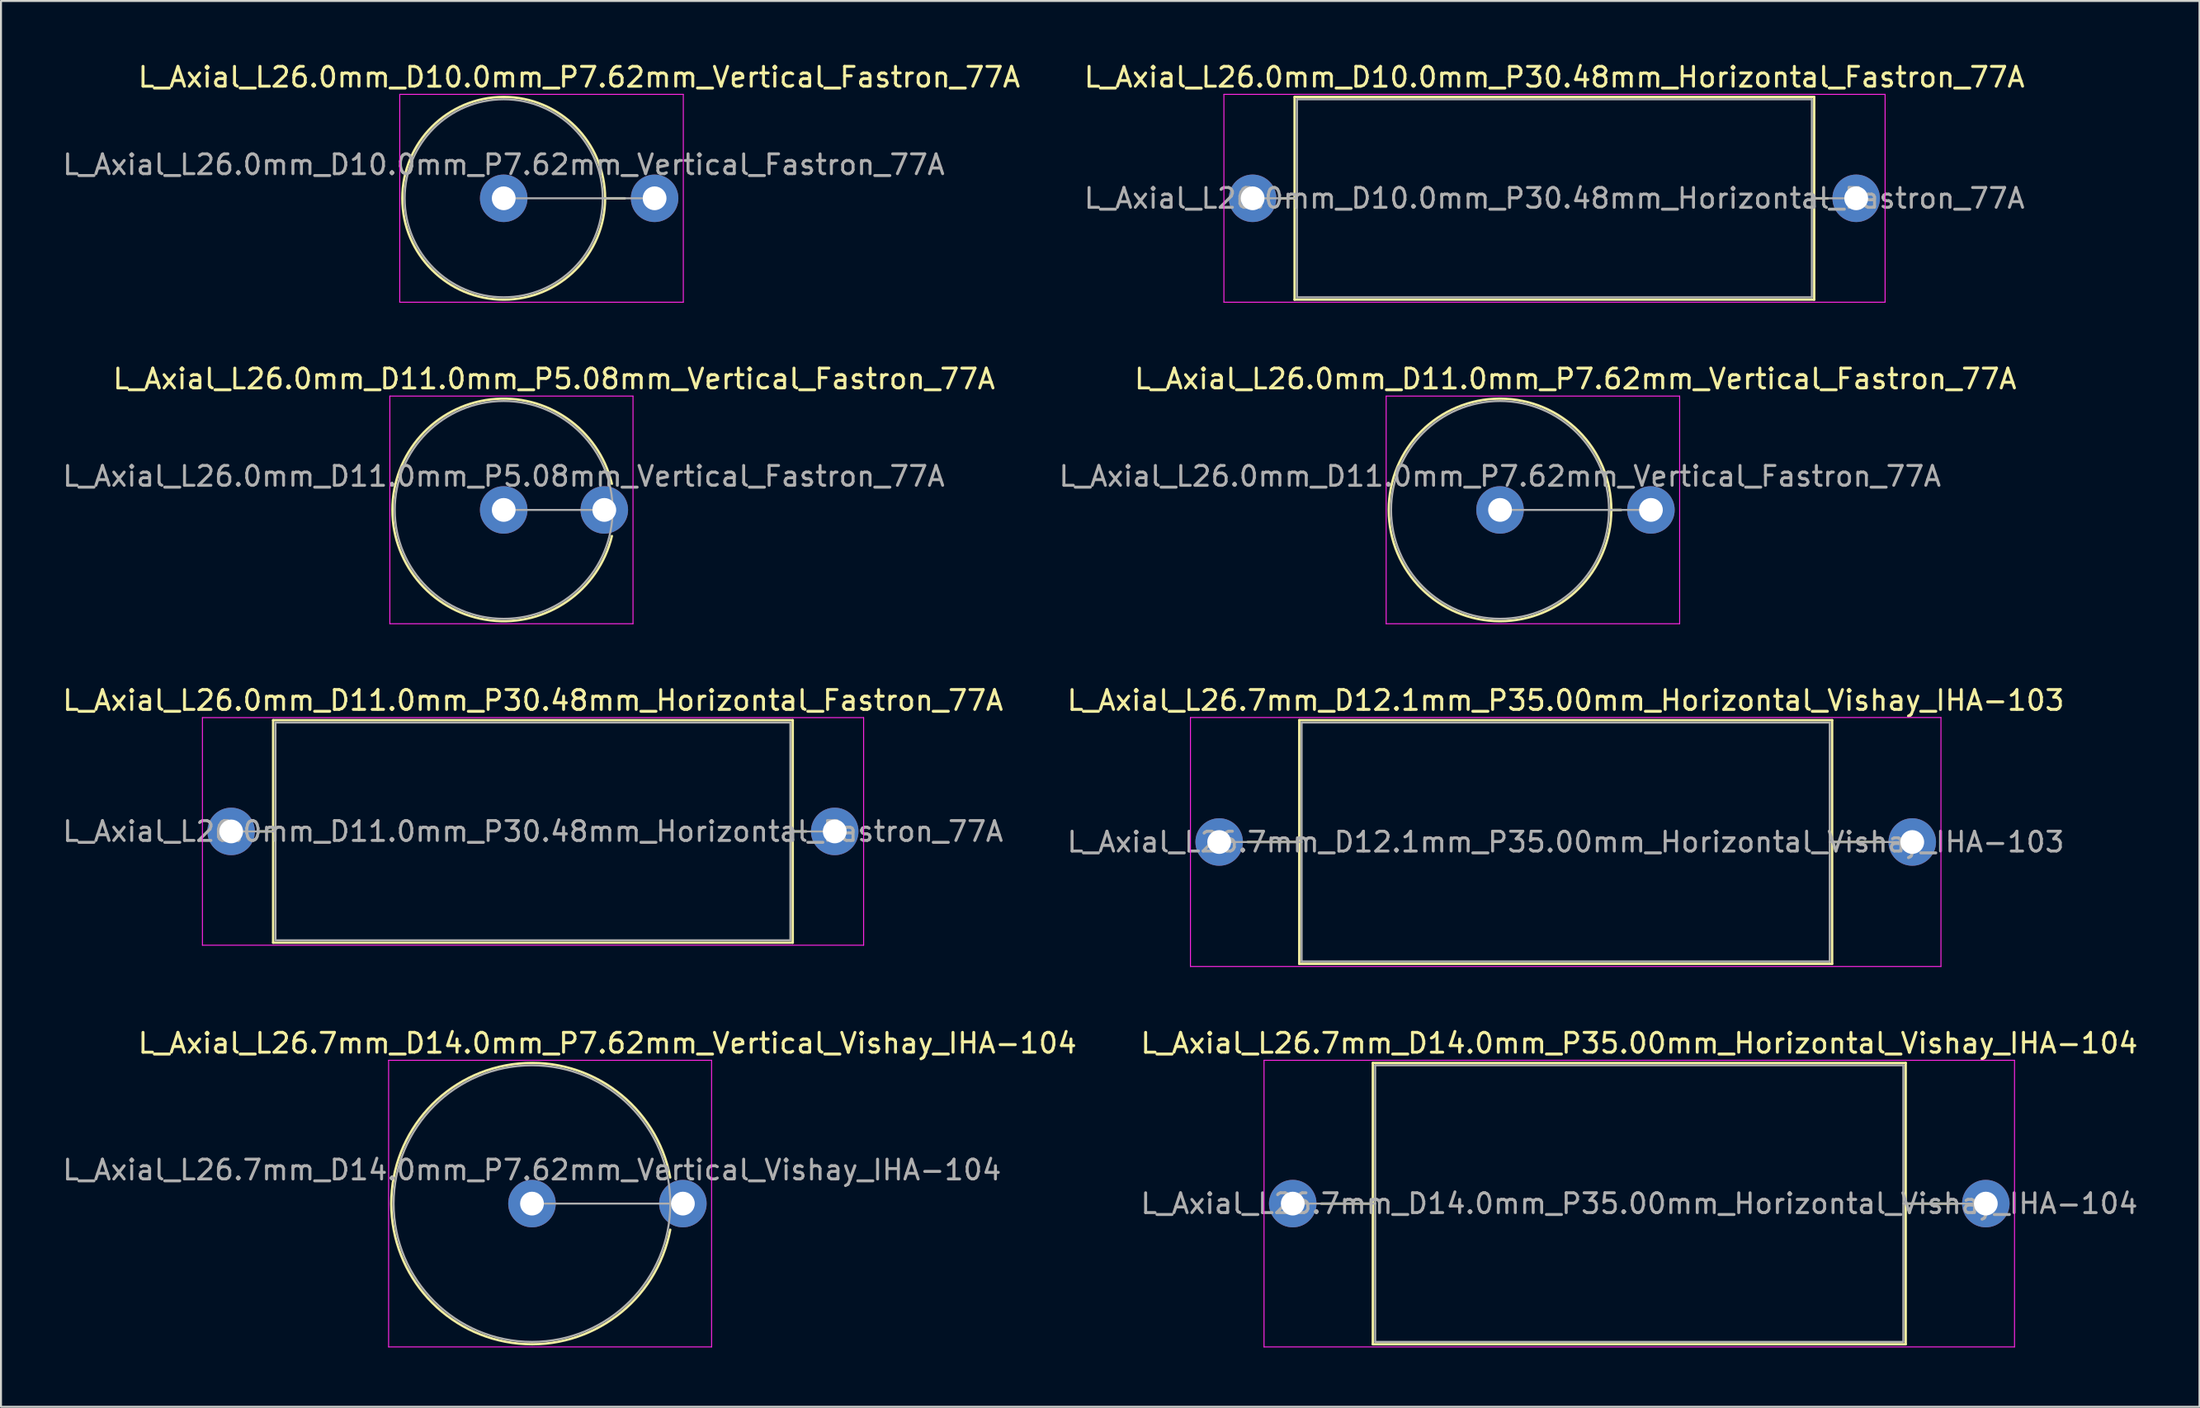
<source format=kicad_pcb>
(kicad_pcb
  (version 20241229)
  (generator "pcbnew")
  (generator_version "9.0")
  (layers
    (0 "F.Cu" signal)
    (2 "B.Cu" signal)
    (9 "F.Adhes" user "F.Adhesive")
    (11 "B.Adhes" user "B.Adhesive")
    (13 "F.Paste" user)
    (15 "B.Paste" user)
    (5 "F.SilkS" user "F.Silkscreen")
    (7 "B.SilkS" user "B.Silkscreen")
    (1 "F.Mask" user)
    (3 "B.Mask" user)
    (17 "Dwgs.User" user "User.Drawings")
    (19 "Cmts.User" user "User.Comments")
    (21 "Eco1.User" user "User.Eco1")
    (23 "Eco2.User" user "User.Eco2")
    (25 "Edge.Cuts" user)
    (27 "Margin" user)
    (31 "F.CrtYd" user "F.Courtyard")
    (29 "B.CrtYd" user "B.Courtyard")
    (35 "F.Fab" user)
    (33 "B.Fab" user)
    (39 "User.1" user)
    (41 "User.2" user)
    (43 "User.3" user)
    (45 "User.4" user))
  (footprint "L_Axial_L26.7mm_D14.0mm_P35.00mm_Horizontal_Vishay_IHA-104"
    (layer "F.Cu")
    (at 62.233 57.758)
    (property "Reference" "L_Axial_L26.7mm_D14.0mm_P35.00mm_Horizontal_Vishay_IHA-104" (at 17.5 -8.105 0) (layer "F.SilkS") (effects (font (size 1 1) (thickness 0.15))))
    (attr through_hole)
    (fp_line (start 1.44 0) (end 4.045 0) (stroke (width 0.12) (type solid)) (layer "F.SilkS"))
    (fp_line (start 4.045 -7.105) (end 4.045 7.105) (stroke (width 0.12) (type solid)) (layer "F.SilkS"))
    (fp_line (start 4.045 7.105) (end 30.955 7.105) (stroke (width 0.12) (type solid)) (layer "F.SilkS"))
    (fp_line (start 30.955 -7.105) (end 4.045 -7.105) (stroke (width 0.12) (type solid)) (layer "F.SilkS"))
    (fp_line (start 30.955 7.105) (end 30.955 -7.105) (stroke (width 0.12) (type solid)) (layer "F.SilkS"))
    (fp_line (start 33.56 0) (end 30.955 0) (stroke (width 0.12) (type solid)) (layer "F.SilkS"))
    (fp_line (start -1.45 -7.24) (end -1.45 7.24) (stroke (width 0.05) (type solid)) (layer "F.CrtYd"))
    (fp_line (start -1.45 7.24) (end 36.45 7.24) (stroke (width 0.05) (type solid)) (layer "F.CrtYd"))
    (fp_line (start 36.45 -7.24) (end -1.45 -7.24) (stroke (width 0.05) (type solid)) (layer "F.CrtYd"))
    (fp_line (start 36.45 7.24) (end 36.45 -7.24) (stroke (width 0.05) (type solid)) (layer "F.CrtYd"))
    (fp_line (start 0 0) (end 4.165 0) (stroke (width 0.1) (type solid)) (layer "F.Fab"))
    (fp_line (start 4.165 -6.985) (end 4.165 6.985) (stroke (width 0.1) (type solid)) (layer "F.Fab"))
    (fp_line (start 4.165 6.985) (end 30.835 6.985) (stroke (width 0.1) (type solid)) (layer "F.Fab"))
    (fp_line (start 30.835 -6.985) (end 4.165 -6.985) (stroke (width 0.1) (type solid)) (layer "F.Fab"))
    (fp_line (start 30.835 6.985) (end 30.835 -6.985) (stroke (width 0.1) (type solid)) (layer "F.Fab"))
    (fp_line (start 35 0) (end 30.835 0) (stroke (width 0.1) (type solid)) (layer "F.Fab"))
    (fp_text user "${REFERENCE}" (at 17.5 0 0) (layer "F.Fab") (effects (font (size 1 1) (thickness 0.15))))
    (pad "1" thru_hole circle (at 0 0) (size 2.4 2.4) (drill 1.2) (layers "*.Cu" "*.Mask"))
    (pad "2" thru_hole oval (at 35 0) (size 2.4 2.4) (drill 1.2) (layers "*.Cu" "*.Mask")))
  (footprint "L_Axial_L26.0mm_D11.0mm_P30.48mm_Horizontal_Fastron_77A"
    (layer "F.Cu")
    (at 8.623 38.955)
    (property "Reference" "L_Axial_L26.0mm_D11.0mm_P30.48mm_Horizontal_Fastron_77A" (at 15.24 -6.62 0) (layer "F.SilkS") (effects (font (size 1 1) (thickness 0.15))))
    (attr through_hole)
    (fp_line (start 1.44 0) (end 2.12 0) (stroke (width 0.12) (type solid)) (layer "F.SilkS"))
    (fp_line (start 2.12 -5.62) (end 2.12 5.62) (stroke (width 0.12) (type solid)) (layer "F.SilkS"))
    (fp_line (start 2.12 5.62) (end 28.36 5.62) (stroke (width 0.12) (type solid)) (layer "F.SilkS"))
    (fp_line (start 28.36 -5.62) (end 2.12 -5.62) (stroke (width 0.12) (type solid)) (layer "F.SilkS"))
    (fp_line (start 28.36 5.62) (end 28.36 -5.62) (stroke (width 0.12) (type solid)) (layer "F.SilkS"))
    (fp_line (start 29.04 0) (end 28.36 0) (stroke (width 0.12) (type solid)) (layer "F.SilkS"))
    (fp_line (start -1.45 -5.75) (end -1.45 5.75) (stroke (width 0.05) (type solid)) (layer "F.CrtYd"))
    (fp_line (start -1.45 5.75) (end 31.94 5.75) (stroke (width 0.05) (type solid)) (layer "F.CrtYd"))
    (fp_line (start 31.94 -5.75) (end -1.45 -5.75) (stroke (width 0.05) (type solid)) (layer "F.CrtYd"))
    (fp_line (start 31.94 5.75) (end 31.94 -5.75) (stroke (width 0.05) (type solid)) (layer "F.CrtYd"))
    (fp_line (start 0 0) (end 2.24 0) (stroke (width 0.1) (type solid)) (layer "F.Fab"))
    (fp_line (start 2.24 -5.5) (end 2.24 5.5) (stroke (width 0.1) (type solid)) (layer "F.Fab"))
    (fp_line (start 2.24 5.5) (end 28.24 5.5) (stroke (width 0.1) (type solid)) (layer "F.Fab"))
    (fp_line (start 28.24 -5.5) (end 2.24 -5.5) (stroke (width 0.1) (type solid)) (layer "F.Fab"))
    (fp_line (start 28.24 5.5) (end 28.24 -5.5) (stroke (width 0.1) (type solid)) (layer "F.Fab"))
    (fp_line (start 30.48 0) (end 28.24 0) (stroke (width 0.1) (type solid)) (layer "F.Fab"))
    (fp_text user "${REFERENCE}" (at 15.24 0 0) (layer "F.Fab") (effects (font (size 1 1) (thickness 0.15))))
    (pad "1" thru_hole circle (at 0 0) (size 2.4 2.4) (drill 1.2) (layers "*.Cu" "*.Mask"))
    (pad "2" thru_hole oval (at 30.48 0) (size 2.4 2.4) (drill 1.2) (layers "*.Cu" "*.Mask")))
  (footprint "L_Axial_L26.7mm_D14.0mm_P7.62mm_Vertical_Vishay_IHA-104"
    (layer "F.Cu")
    (at 23.815 57.758)
    (property "Reference" "L_Axial_L26.7mm_D14.0mm_P7.62mm_Vertical_Vishay_IHA-104" (at 3.81 -8.105 0) (layer "F.SilkS") (effects (font (size 1 1) (thickness 0.15))))
    (attr through_hole)
    (fp_arc (start 6.981305 1.32) (mid -7.105 0) (end 6.981305 -1.32) (stroke (width 0.12) (type solid)) (layer "F.SilkS"))
    (fp_line (start -7.24 -7.24) (end -7.24 7.24) (stroke (width 0.05) (type solid)) (layer "F.CrtYd"))
    (fp_line (start -7.24 7.24) (end 9.07 7.24) (stroke (width 0.05) (type solid)) (layer "F.CrtYd"))
    (fp_line (start 9.07 -7.24) (end -7.24 -7.24) (stroke (width 0.05) (type solid)) (layer "F.CrtYd"))
    (fp_line (start 9.07 7.24) (end 9.07 -7.24) (stroke (width 0.05) (type solid)) (layer "F.CrtYd"))
    (fp_line (start 0 0) (end 7.62 0) (stroke (width 0.1) (type solid)) (layer "F.Fab"))
    (fp_circle (center 0 0) (end 6.985 0) (stroke (width 0.1) (type solid)) (fill no) (layer "F.Fab"))
    (fp_text user "${REFERENCE}" (at 0 -1.7 0) (layer "F.Fab") (effects (font (size 1 1) (thickness 0.15))))
    (pad "1" thru_hole circle (at 0 0) (size 2.4 2.4) (drill 1.2) (layers "*.Cu" "*.Mask"))
    (pad "2" thru_hole oval (at 7.62 0) (size 2.4 2.4) (drill 1.2) (layers "*.Cu" "*.Mask")))
  (footprint "L_Axial_L26.0mm_D11.0mm_P7.62mm_Vertical_Fastron_77A"
    (layer "F.Cu")
    (at 72.701 22.712)
    (property "Reference" "L_Axial_L26.0mm_D11.0mm_P7.62mm_Vertical_Fastron_77A" (at 3.81 -6.62 0) (layer "F.SilkS") (effects (font (size 1 1) (thickness 0.15))))
    (attr through_hole)
    (fp_line (start 5.62 0) (end 6.12 0) (stroke (width 0.12) (type solid)) (layer "F.SilkS"))
    (fp_circle (center 0 0) (end 5.62 0) (stroke (width 0.12) (type solid)) (fill no) (layer "F.SilkS"))
    (fp_line (start -5.75 -5.75) (end -5.75 5.75) (stroke (width 0.05) (type solid)) (layer "F.CrtYd"))
    (fp_line (start -5.75 5.75) (end 9.07 5.75) (stroke (width 0.05) (type solid)) (layer "F.CrtYd"))
    (fp_line (start 9.07 -5.75) (end -5.75 -5.75) (stroke (width 0.05) (type solid)) (layer "F.CrtYd"))
    (fp_line (start 9.07 5.75) (end 9.07 -5.75) (stroke (width 0.05) (type solid)) (layer "F.CrtYd"))
    (fp_line (start 0 0) (end 7.62 0) (stroke (width 0.1) (type solid)) (layer "F.Fab"))
    (fp_circle (center 0 0) (end 5.5 0) (stroke (width 0.1) (type solid)) (fill no) (layer "F.Fab"))
    (fp_text user "${REFERENCE}" (at 0 -1.7 0) (layer "F.Fab") (effects (font (size 1 1) (thickness 0.15))))
    (pad "1" thru_hole circle (at 0 0) (size 2.4 2.4) (drill 1.2) (layers "*.Cu" "*.Mask"))
    (pad "2" thru_hole oval (at 7.62 0) (size 2.4 2.4) (drill 1.2) (layers "*.Cu" "*.Mask")))
  (footprint "L_Axial_L26.0mm_D10.0mm_P7.62mm_Vertical_Fastron_77A"
    (layer "F.Cu")
    (at 22.387 6.968)
    (property "Reference" "L_Axial_L26.0mm_D10.0mm_P7.62mm_Vertical_Fastron_77A" (at 3.81 -6.12 0) (layer "F.SilkS") (effects (font (size 1 1) (thickness 0.15))))
    (attr through_hole)
    (fp_line (start 5.12 0) (end 6.12 0) (stroke (width 0.12) (type solid)) (layer "F.SilkS"))
    (fp_circle (center 0 0) (end 5.12 0) (stroke (width 0.12) (type solid)) (fill no) (layer "F.SilkS"))
    (fp_line (start -5.25 -5.25) (end -5.25 5.25) (stroke (width 0.05) (type solid)) (layer "F.CrtYd"))
    (fp_line (start -5.25 5.25) (end 9.07 5.25) (stroke (width 0.05) (type solid)) (layer "F.CrtYd"))
    (fp_line (start 9.07 -5.25) (end -5.25 -5.25) (stroke (width 0.05) (type solid)) (layer "F.CrtYd"))
    (fp_line (start 9.07 5.25) (end 9.07 -5.25) (stroke (width 0.05) (type solid)) (layer "F.CrtYd"))
    (fp_line (start 0 0) (end 7.62 0) (stroke (width 0.1) (type solid)) (layer "F.Fab"))
    (fp_circle (center 0 0) (end 5 0) (stroke (width 0.1) (type solid)) (fill no) (layer "F.Fab"))
    (fp_text user "${REFERENCE}" (at 0 -1.7 0) (layer "F.Fab") (effects (font (size 1 1) (thickness 0.15))))
    (pad "1" thru_hole circle (at 0 0) (size 2.4 2.4) (drill 1.2) (layers "*.Cu" "*.Mask"))
    (pad "2" thru_hole oval (at 7.62 0) (size 2.4 2.4) (drill 1.2) (layers "*.Cu" "*.Mask")))
  (footprint "L_Axial_L26.7mm_D12.1mm_P35.00mm_Horizontal_Vishay_IHA-103"
    (layer "F.Cu")
    (at 58.518 39.49)
    (property "Reference" "L_Axial_L26.7mm_D12.1mm_P35.00mm_Horizontal_Vishay_IHA-103" (at 17.5 -7.155 0) (layer "F.SilkS") (effects (font (size 1 1) (thickness 0.15))))
    (attr through_hole)
    (fp_line (start 1.44 0) (end 4.045 0) (stroke (width 0.12) (type solid)) (layer "F.SilkS"))
    (fp_line (start 4.045 -6.155) (end 4.045 6.155) (stroke (width 0.12) (type solid)) (layer "F.SilkS"))
    (fp_line (start 4.045 6.155) (end 30.955 6.155) (stroke (width 0.12) (type solid)) (layer "F.SilkS"))
    (fp_line (start 30.955 -6.155) (end 4.045 -6.155) (stroke (width 0.12) (type solid)) (layer "F.SilkS"))
    (fp_line (start 30.955 6.155) (end 30.955 -6.155) (stroke (width 0.12) (type solid)) (layer "F.SilkS"))
    (fp_line (start 33.56 0) (end 30.955 0) (stroke (width 0.12) (type solid)) (layer "F.SilkS"))
    (fp_line (start -1.45 -6.29) (end -1.45 6.29) (stroke (width 0.05) (type solid)) (layer "F.CrtYd"))
    (fp_line (start -1.45 6.29) (end 36.45 6.29) (stroke (width 0.05) (type solid)) (layer "F.CrtYd"))
    (fp_line (start 36.45 -6.29) (end -1.45 -6.29) (stroke (width 0.05) (type solid)) (layer "F.CrtYd"))
    (fp_line (start 36.45 6.29) (end 36.45 -6.29) (stroke (width 0.05) (type solid)) (layer "F.CrtYd"))
    (fp_line (start 0 0) (end 4.165 0) (stroke (width 0.1) (type solid)) (layer "F.Fab"))
    (fp_line (start 4.165 -6.035) (end 4.165 6.035) (stroke (width 0.1) (type solid)) (layer "F.Fab"))
    (fp_line (start 4.165 6.035) (end 30.835 6.035) (stroke (width 0.1) (type solid)) (layer "F.Fab"))
    (fp_line (start 30.835 -6.035) (end 4.165 -6.035) (stroke (width 0.1) (type solid)) (layer "F.Fab"))
    (fp_line (start 30.835 6.035) (end 30.835 -6.035) (stroke (width 0.1) (type solid)) (layer "F.Fab"))
    (fp_line (start 35 0) (end 30.835 0) (stroke (width 0.1) (type solid)) (layer "F.Fab"))
    (fp_text user "${REFERENCE}" (at 17.5 0 0) (layer "F.Fab") (effects (font (size 1 1) (thickness 0.15))))
    (pad "1" thru_hole circle (at 0 0) (size 2.4 2.4) (drill 1.2) (layers "*.Cu" "*.Mask"))
    (pad "2" thru_hole oval (at 35 0) (size 2.4 2.4) (drill 1.2) (layers "*.Cu" "*.Mask")))
  (footprint "L_Axial_L26.0mm_D10.0mm_P30.48mm_Horizontal_Fastron_77A"
    (layer "F.Cu")
    (at 60.207 6.968)
    (property "Reference" "L_Axial_L26.0mm_D10.0mm_P30.48mm_Horizontal_Fastron_77A" (at 15.24 -6.12 0) (layer "F.SilkS") (effects (font (size 1 1) (thickness 0.15))))
    (attr through_hole)
    (fp_line (start 1.44 0) (end 2.12 0) (stroke (width 0.12) (type solid)) (layer "F.SilkS"))
    (fp_line (start 2.12 -5.12) (end 2.12 5.12) (stroke (width 0.12) (type solid)) (layer "F.SilkS"))
    (fp_line (start 2.12 5.12) (end 28.36 5.12) (stroke (width 0.12) (type solid)) (layer "F.SilkS"))
    (fp_line (start 28.36 -5.12) (end 2.12 -5.12) (stroke (width 0.12) (type solid)) (layer "F.SilkS"))
    (fp_line (start 28.36 5.12) (end 28.36 -5.12) (stroke (width 0.12) (type solid)) (layer "F.SilkS"))
    (fp_line (start 29.04 0) (end 28.36 0) (stroke (width 0.12) (type solid)) (layer "F.SilkS"))
    (fp_line (start -1.45 -5.25) (end -1.45 5.25) (stroke (width 0.05) (type solid)) (layer "F.CrtYd"))
    (fp_line (start -1.45 5.25) (end 31.94 5.25) (stroke (width 0.05) (type solid)) (layer "F.CrtYd"))
    (fp_line (start 31.94 -5.25) (end -1.45 -5.25) (stroke (width 0.05) (type solid)) (layer "F.CrtYd"))
    (fp_line (start 31.94 5.25) (end 31.94 -5.25) (stroke (width 0.05) (type solid)) (layer "F.CrtYd"))
    (fp_line (start 0 0) (end 2.24 0) (stroke (width 0.1) (type solid)) (layer "F.Fab"))
    (fp_line (start 2.24 -5) (end 2.24 5) (stroke (width 0.1) (type solid)) (layer "F.Fab"))
    (fp_line (start 2.24 5) (end 28.24 5) (stroke (width 0.1) (type solid)) (layer "F.Fab"))
    (fp_line (start 28.24 -5) (end 2.24 -5) (stroke (width 0.1) (type solid)) (layer "F.Fab"))
    (fp_line (start 28.24 5) (end 28.24 -5) (stroke (width 0.1) (type solid)) (layer "F.Fab"))
    (fp_line (start 30.48 0) (end 28.24 0) (stroke (width 0.1) (type solid)) (layer "F.Fab"))
    (fp_text user "${REFERENCE}" (at 15.24 0 0) (layer "F.Fab") (effects (font (size 1 1) (thickness 0.15))))
    (pad "1" thru_hole circle (at 0 0) (size 2.4 2.4) (drill 1.2) (layers "*.Cu" "*.Mask"))
    (pad "2" thru_hole oval (at 30.48 0) (size 2.4 2.4) (drill 1.2) (layers "*.Cu" "*.Mask")))
  (footprint "L_Axial_L26.0mm_D11.0mm_P5.08mm_Vertical_Fastron_77A"
    (layer "F.Cu")
    (at 22.387 22.712)
    (property "Reference" "L_Axial_L26.0mm_D11.0mm_P5.08mm_Vertical_Fastron_77A" (at 2.54 -6.62 0) (layer "F.SilkS") (effects (font (size 1 1) (thickness 0.15))))
    (attr through_hole)
    (fp_arc (start 5.462783 1.32) (mid -5.62 0) (end 5.462783 -1.32) (stroke (width 0.12) (type solid)) (layer "F.SilkS"))
    (fp_line (start -5.75 -5.75) (end -5.75 5.75) (stroke (width 0.05) (type solid)) (layer "F.CrtYd"))
    (fp_line (start -5.75 5.75) (end 6.53 5.75) (stroke (width 0.05) (type solid)) (layer "F.CrtYd"))
    (fp_line (start 6.53 -5.75) (end -5.75 -5.75) (stroke (width 0.05) (type solid)) (layer "F.CrtYd"))
    (fp_line (start 6.53 5.75) (end 6.53 -5.75) (stroke (width 0.05) (type solid)) (layer "F.CrtYd"))
    (fp_line (start 0 0) (end 5.08 0) (stroke (width 0.1) (type solid)) (layer "F.Fab"))
    (fp_circle (center 0 0) (end 5.5 0) (stroke (width 0.1) (type solid)) (fill no) (layer "F.Fab"))
    (fp_text user "${REFERENCE}" (at 0 -1.7 0) (layer "F.Fab") (effects (font (size 1 1) (thickness 0.15))))
    (pad "1" thru_hole circle (at 0 0) (size 2.4 2.4) (drill 1.2) (layers "*.Cu" "*.Mask"))
    (pad "2" thru_hole oval (at 5.08 0) (size 2.4 2.4) (drill 1.2) (layers "*.Cu" "*.Mask")))
  (gr_rect
    (start -3 -3)
    (end 108.024 68.023)
    (stroke (width 0.1) (type default))
    (fill no)
    (layer "Edge.Cuts")))
</source>
